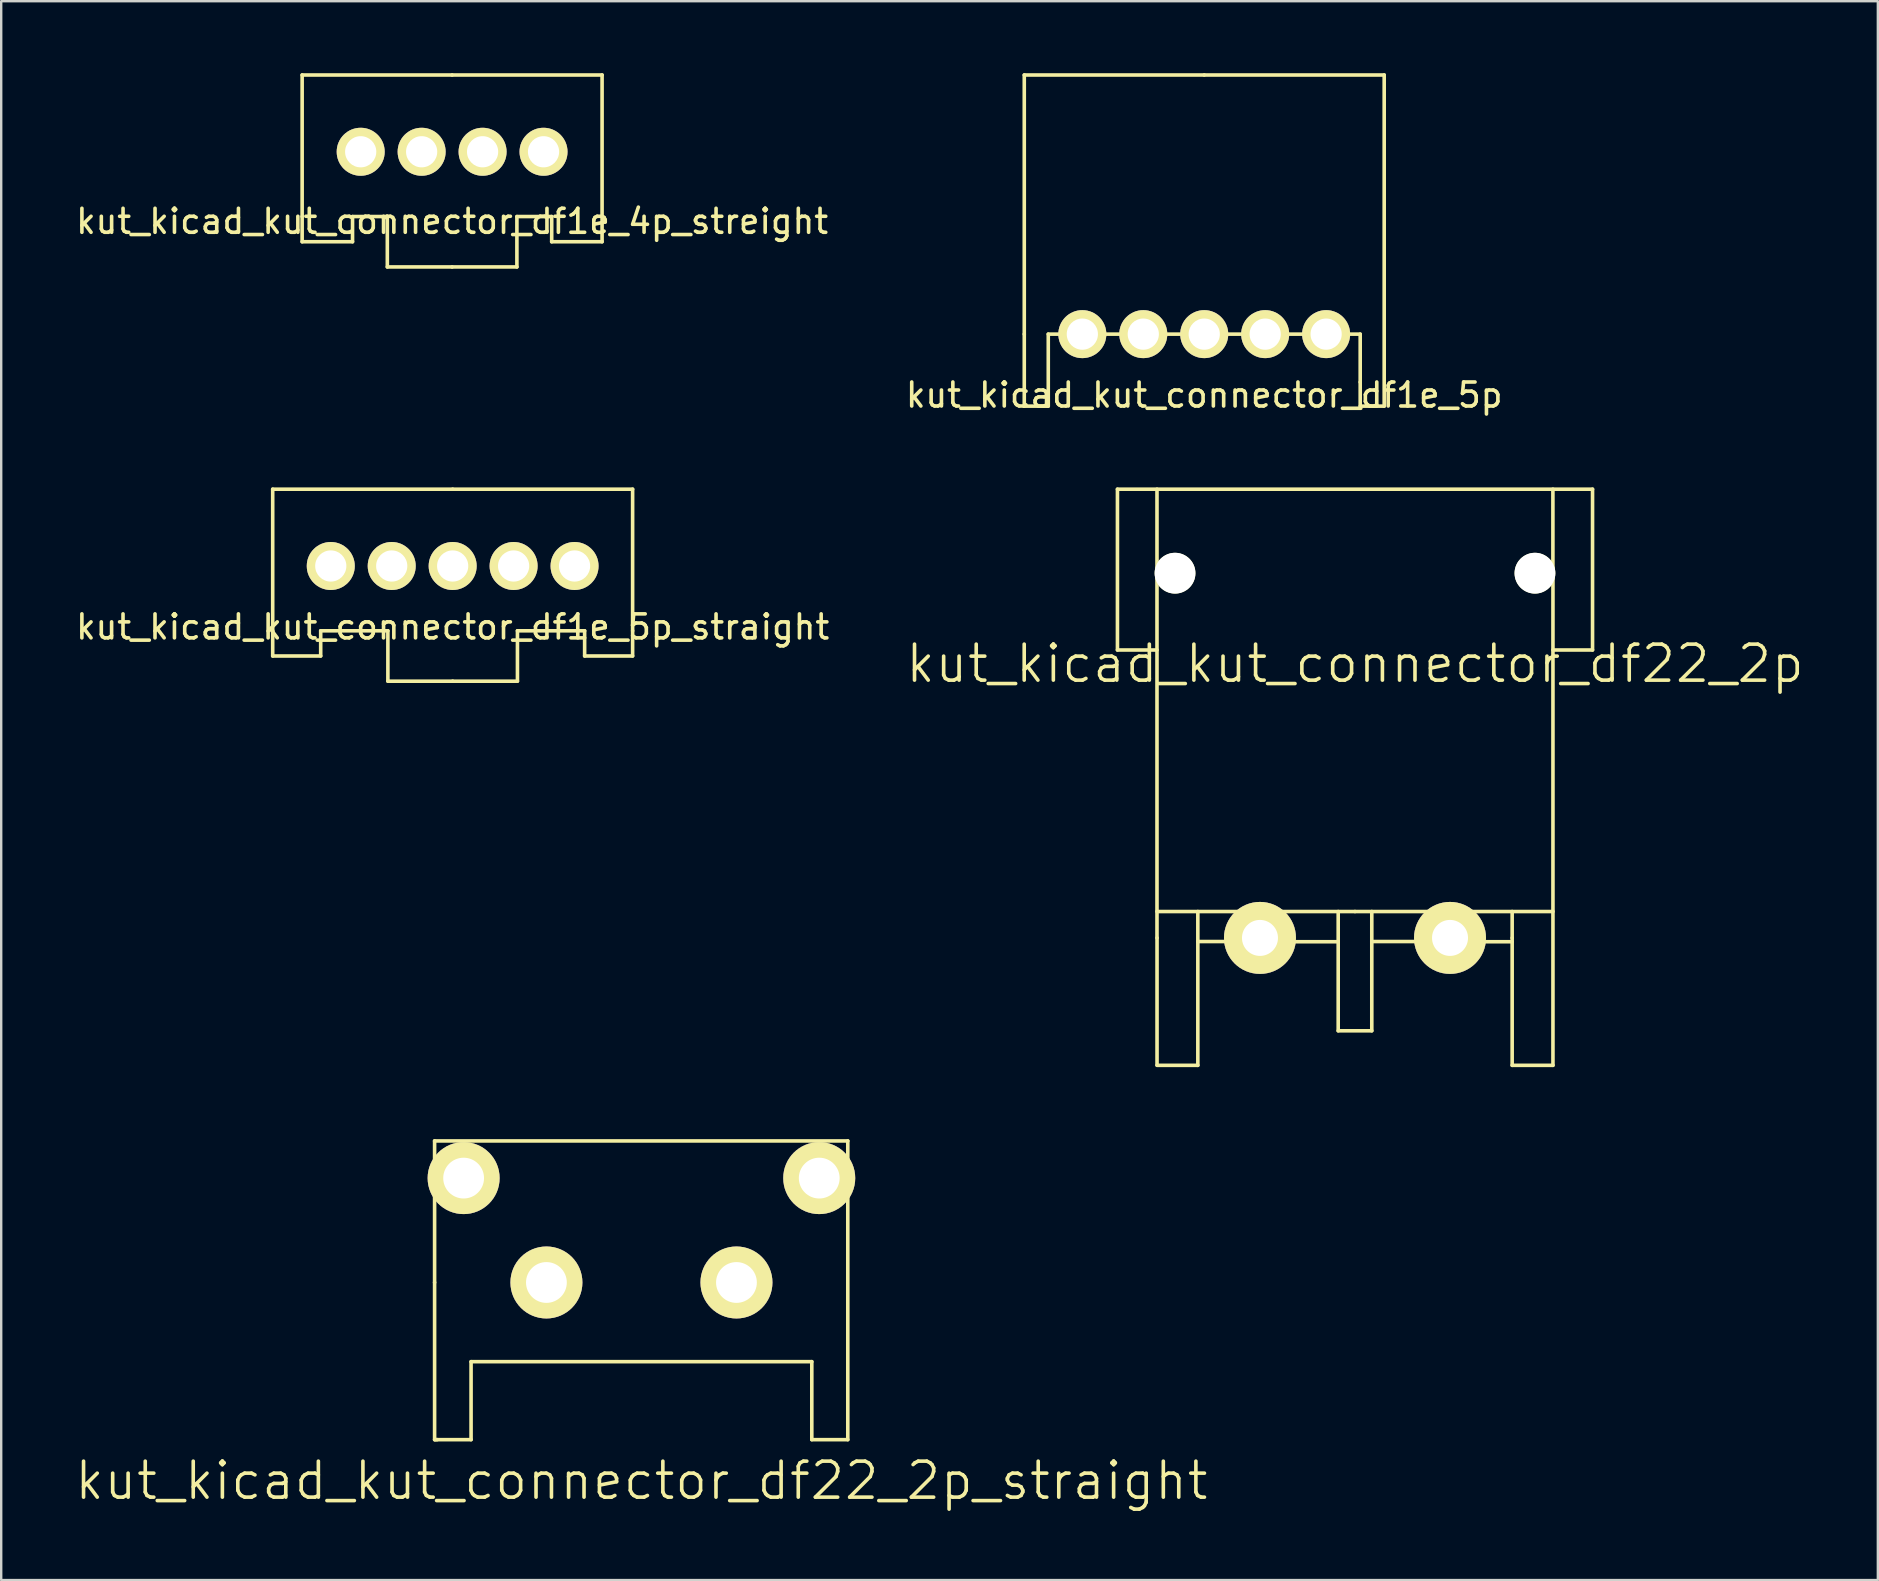
<source format=kicad_pcb>
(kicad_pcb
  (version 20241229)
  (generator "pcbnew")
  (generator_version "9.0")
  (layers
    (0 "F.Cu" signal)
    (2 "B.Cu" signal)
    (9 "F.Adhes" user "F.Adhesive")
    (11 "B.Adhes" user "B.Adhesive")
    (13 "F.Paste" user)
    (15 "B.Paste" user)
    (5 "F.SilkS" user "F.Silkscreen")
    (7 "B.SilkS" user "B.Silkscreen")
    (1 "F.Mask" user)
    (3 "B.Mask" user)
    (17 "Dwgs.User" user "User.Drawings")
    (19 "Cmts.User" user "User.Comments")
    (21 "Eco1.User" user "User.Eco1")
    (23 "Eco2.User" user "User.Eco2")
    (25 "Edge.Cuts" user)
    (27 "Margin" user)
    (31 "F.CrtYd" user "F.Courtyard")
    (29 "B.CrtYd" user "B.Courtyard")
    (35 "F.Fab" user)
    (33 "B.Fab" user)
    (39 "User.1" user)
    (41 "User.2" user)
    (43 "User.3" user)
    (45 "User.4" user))
  (footprint "kut_kicad_kut_connector_df1e_5p"
    (layer "F.Cu")
    (at 47.137 10.875)
    (property "Reference" "kut_kicad_kut_connector_df1e_5p" (at 0 2.54 0) (layer "F.SilkS") (effects (font (size 1 1) (thickness 0.15))))
    (attr through_hole)
    (fp_line (start -7.5 -10.8) (end -7.5 0) (stroke (width 0.15) (type solid)) (layer "F.SilkS"))
    (fp_line (start -7.5 0) (end -7.5 3) (stroke (width 0.15) (type solid)) (layer "F.SilkS"))
    (fp_line (start -7.5 3) (end -6.5 3) (stroke (width 0.15) (type solid)) (layer "F.SilkS"))
    (fp_line (start -6.5 0) (end 0 0) (stroke (width 0.15) (type solid)) (layer "F.SilkS"))
    (fp_line (start -6.5 3) (end -6.5 0) (stroke (width 0.15) (type solid)) (layer "F.SilkS"))
    (fp_line (start 0 -10.8) (end -7.5 -10.8) (stroke (width 0.15) (type solid)) (layer "F.SilkS"))
    (fp_line (start 0 -10.8) (end 7.5 -10.8) (stroke (width 0.15) (type solid)) (layer "F.SilkS"))
    (fp_line (start 6.5 0) (end 0 0) (stroke (width 0.15) (type solid)) (layer "F.SilkS"))
    (fp_line (start 6.5 2) (end 6.5 0) (stroke (width 0.15) (type solid)) (layer "F.SilkS"))
    (fp_line (start 6.5 3) (end 6.5 2) (stroke (width 0.15) (type solid)) (layer "F.SilkS"))
    (fp_line (start 7.5 -10.8) (end 7.5 3) (stroke (width 0.15) (type solid)) (layer "F.SilkS"))
    (fp_line (start 7.5 3) (end 6.5 3) (stroke (width 0.15) (type solid)) (layer "F.SilkS"))
    (pad "1" thru_hole circle (at -5.08 0) (size 2 2) (drill 1.3) (layers "*.Cu" "*.Mask" "F.SilkS"))
    (pad "2" thru_hole circle (at -2.54 0) (size 2 2) (drill 1.3) (layers "*.Cu" "*.Mask" "F.SilkS"))
    (pad "3" thru_hole circle (at 0 0) (size 2 2) (drill 1.3) (layers "*.Cu" "*.Mask" "F.SilkS"))
    (pad "4" thru_hole circle (at 2.54 0) (size 2 2) (drill 1.3) (layers "*.Cu" "*.Mask" "F.SilkS"))
    (pad "5" thru_hole circle (at 5.08 0) (size 2 2) (drill 1.3) (layers "*.Cu" "*.Mask" "F.SilkS")))
  (footprint "kut_kicad_kut_connector_df1e_5p_straight"
    (layer "F.Cu")
    (at 15.815 20.538)
    (property "Reference" "kut_kicad_kut_connector_df1e_5p_straight" (at 0 2.54 0) (layer "F.SilkS") (effects (font (size 1 1) (thickness 0.15))))
    (attr through_hole)
    (fp_line (start -7.5 -3.2) (end -7.5 2.7) (stroke (width 0.15) (type solid)) (layer "F.SilkS"))
    (fp_line (start -7.5 2.7) (end -7.5 3.75) (stroke (width 0.15) (type solid)) (layer "F.SilkS"))
    (fp_line (start -7.5 3.75) (end -5.5 3.75) (stroke (width 0.15) (type solid)) (layer "F.SilkS"))
    (fp_line (start -5.5 3.75) (end -5.5 2.7) (stroke (width 0.15) (type solid)) (layer "F.SilkS"))
    (fp_line (start -2.7 2.7) (end -5.5 2.7) (stroke (width 0.15) (type solid)) (layer "F.SilkS"))
    (fp_line (start -2.7 4.8) (end -2.7 2.7) (stroke (width 0.15) (type solid)) (layer "F.SilkS"))
    (fp_line (start 0 -3.2) (end -7.5 -3.2) (stroke (width 0.15) (type solid)) (layer "F.SilkS"))
    (fp_line (start 0 4.8) (end -2.7 4.8) (stroke (width 0.15) (type solid)) (layer "F.SilkS"))
    (fp_line (start 0 4.8) (end 2.7 4.8) (stroke (width 0.15) (type solid)) (layer "F.SilkS"))
    (fp_line (start 2.7 4.8) (end 2.7 2.7) (stroke (width 0.15) (type solid)) (layer "F.SilkS"))
    (fp_line (start 5.5 2.7) (end 2.7 2.7) (stroke (width 0.15) (type solid)) (layer "F.SilkS"))
    (fp_line (start 5.5 3.75) (end 5.5 2.7) (stroke (width 0.15) (type solid)) (layer "F.SilkS"))
    (fp_line (start 7.5 -3.2) (end 0 -3.2) (stroke (width 0.15) (type solid)) (layer "F.SilkS"))
    (fp_line (start 7.5 2.7) (end 7.5 -3.2) (stroke (width 0.15) (type solid)) (layer "F.SilkS"))
    (fp_line (start 7.5 2.7) (end 7.5 3.75) (stroke (width 0.15) (type solid)) (layer "F.SilkS"))
    (fp_line (start 7.5 3.75) (end 5.5 3.75) (stroke (width 0.15) (type solid)) (layer "F.SilkS"))
    (pad "1" thru_hole circle (at -5.08 0) (size 2 2) (drill 1.3) (layers "*.Cu" "*.Mask" "F.SilkS"))
    (pad "2" thru_hole circle (at -2.54 0) (size 2 2) (drill 1.3) (layers "*.Cu" "*.Mask" "F.SilkS"))
    (pad "3" thru_hole circle (at 0 0) (size 2 2) (drill 1.3) (layers "*.Cu" "*.Mask" "F.SilkS"))
    (pad "4" thru_hole circle (at 2.54 0) (size 2 2) (drill 1.3) (layers "*.Cu" "*.Mask" "F.SilkS"))
    (pad "5" thru_hole circle (at 5.08 0) (size 2 2) (drill 1.3) (layers "*.Cu" "*.Mask" "F.SilkS")))
  (footprint "kut_kicad_kut_connector_df1e_4p_streight"
    (layer "F.Cu")
    (at 15.792 3.275)
    (property "Reference" "kut_kicad_kut_connector_df1e_4p_streight" (at 0 2.9 0) (layer "F.SilkS") (effects (font (size 1 1) (thickness 0.15))))
    (attr through_hole)
    (fp_line (start -6.25 2.7) (end -6.25 -3.2) (stroke (width 0.15) (type solid)) (layer "F.SilkS"))
    (fp_line (start -6.25 2.7) (end -6.25 3.75) (stroke (width 0.15) (type solid)) (layer "F.SilkS"))
    (fp_line (start -6.25 3.75) (end -4.15 3.75) (stroke (width 0.15) (type solid)) (layer "F.SilkS"))
    (fp_line (start -4.15 3.75) (end -4.15 2.7) (stroke (width 0.15) (type solid)) (layer "F.SilkS"))
    (fp_line (start -2.7 2.7) (end -4.15 2.7) (stroke (width 0.15) (type solid)) (layer "F.SilkS"))
    (fp_line (start -2.7 4.8) (end -2.7 2.7) (stroke (width 0.15) (type solid)) (layer "F.SilkS"))
    (fp_line (start 0 -3.2) (end -6.25 -3.2) (stroke (width 0.15) (type solid)) (layer "F.SilkS"))
    (fp_line (start 0 -3.2) (end 6.25 -3.2) (stroke (width 0.15) (type solid)) (layer "F.SilkS"))
    (fp_line (start 0 4.8) (end -2.7 4.8) (stroke (width 0.15) (type solid)) (layer "F.SilkS"))
    (fp_line (start 0 4.8) (end 2.7 4.8) (stroke (width 0.15) (type solid)) (layer "F.SilkS"))
    (fp_line (start 2.7 4.8) (end 2.7 2.7) (stroke (width 0.15) (type solid)) (layer "F.SilkS"))
    (fp_line (start 4.15 2.7) (end 2.7 2.7) (stroke (width 0.15) (type solid)) (layer "F.SilkS"))
    (fp_line (start 4.15 3.75) (end 4.15 2.7) (stroke (width 0.15) (type solid)) (layer "F.SilkS"))
    (fp_line (start 6.25 -3.2) (end 6.25 2.7) (stroke (width 0.15) (type solid)) (layer "F.SilkS"))
    (fp_line (start 6.25 2.7) (end 6.25 3.75) (stroke (width 0.15) (type solid)) (layer "F.SilkS"))
    (fp_line (start 6.25 3.75) (end 4.15 3.75) (stroke (width 0.15) (type solid)) (layer "F.SilkS"))
    (pad "1" thru_hole circle (at -3.81 0) (size 2 2) (drill 1.3) (layers "*.Cu" "*.Mask" "F.SilkS"))
    (pad "2" thru_hole circle (at -1.27 0) (size 2 2) (drill 1.3) (layers "*.Cu" "*.Mask" "F.SilkS"))
    (pad "3" thru_hole circle (at 1.27 0) (size 2 2) (drill 1.3) (layers "*.Cu" "*.Mask" "F.SilkS"))
    (pad "4" thru_hole circle (at 3.81 0) (size 2 2) (drill 1.3) (layers "*.Cu" "*.Mask" "F.SilkS")))
  (footprint "kut_kicad_kut_connector_df22_2p"
    (layer "F.Cu")
    (at 53.42 36.038)
    (property "Reference" "kut_kicad_kut_connector_df22_2p" (at 0 -11.43 0) (layer "F.SilkS") (effects (font (size 1.5 1.5) (thickness 0.15))))
    (attr through_hole)
    (fp_line (start -9.9 -18.7) (end 9.9 -18.7) (stroke (width 0.15) (type solid)) (layer "F.SilkS"))
    (fp_line (start -9.9 -12) (end -9.9 -18.7) (stroke (width 0.15) (type solid)) (layer "F.SilkS"))
    (fp_line (start -8.252 0) (end -8.252 -18.7) (stroke (width 0.15) (type solid)) (layer "F.SilkS"))
    (fp_line (start -8.25 -12) (end -9.9 -12) (stroke (width 0.15) (type solid)) (layer "F.SilkS"))
    (fp_line (start -8.25 0) (end -8.25 5.3) (stroke (width 0.15) (type solid)) (layer "F.SilkS"))
    (fp_line (start -6.55 -1.1) (end -6.55 5.31) (stroke (width 0.15) (type solid)) (layer "F.SilkS"))
    (fp_line (start -6.55 5.31) (end -8.25 5.31) (stroke (width 0.15) (type solid)) (layer "F.SilkS"))
    (fp_line (start -4.712 0) (end -4.712 -1.1) (stroke (width 0.15) (type solid)) (layer "F.SilkS"))
    (fp_line (start -4.712 0) (end -4.712 0.15) (stroke (width 0.15) (type solid)) (layer "F.SilkS"))
    (fp_line (start -4.71 0.15) (end -6.55 0.15) (stroke (width 0.15) (type solid)) (layer "F.SilkS"))
    (fp_line (start -3.212 0) (end -4.712 0) (stroke (width 0.15) (type solid)) (layer "F.SilkS"))
    (fp_line (start -3.212 0) (end -3.212 -1.1) (stroke (width 0.15) (type solid)) (layer "F.SilkS"))
    (fp_line (start -3.212 0) (end -3.212 0.15) (stroke (width 0.15) (type solid)) (layer "F.SilkS"))
    (fp_line (start -0.7 0.16) (end -3.21 0.16) (stroke (width 0.15) (type solid)) (layer "F.SilkS"))
    (fp_line (start -0.7 0.16) (end -0.7 -1.1) (stroke (width 0.15) (type solid)) (layer "F.SilkS"))
    (fp_line (start -0.7 0.16) (end -0.7 3.87) (stroke (width 0.15) (type solid)) (layer "F.SilkS"))
    (fp_line (start -0.7 3.87) (end 0.7 3.87) (stroke (width 0.15) (type solid)) (layer "F.SilkS"))
    (fp_line (start -0.002 -1.1) (end -8.252 -1.1) (stroke (width 0.15) (type solid)) (layer "F.SilkS"))
    (fp_line (start 0 -1.1) (end 8.25 -1.1) (stroke (width 0.15) (type solid)) (layer "F.SilkS"))
    (fp_line (start 0.7 0.15) (end 0.7 -1.1) (stroke (width 0.15) (type solid)) (layer "F.SilkS"))
    (fp_line (start 0.7 0.15) (end 3.21 0.15) (stroke (width 0.15) (type solid)) (layer "F.SilkS"))
    (fp_line (start 0.7 3.87) (end 0.7 0.15) (stroke (width 0.15) (type solid)) (layer "F.SilkS"))
    (fp_line (start 3.208 0) (end 3.208 -1.1) (stroke (width 0.15) (type solid)) (layer "F.SilkS"))
    (fp_line (start 3.208 0.15) (end 3.208 0) (stroke (width 0.15) (type solid)) (layer "F.SilkS"))
    (fp_line (start 4.708 0) (end 3.208 0) (stroke (width 0.15) (type solid)) (layer "F.SilkS"))
    (fp_line (start 4.708 0) (end 4.708 -1.1) (stroke (width 0.15) (type solid)) (layer "F.SilkS"))
    (fp_line (start 4.708 0) (end 4.708 0.15) (stroke (width 0.15) (type solid)) (layer "F.SilkS"))
    (fp_line (start 4.71 0.16) (end 6.55 0.16) (stroke (width 0.15) (type solid)) (layer "F.SilkS"))
    (fp_line (start 6.55 0) (end 6.55 -1.1) (stroke (width 0.15) (type solid)) (layer "F.SilkS"))
    (fp_line (start 6.55 0) (end 6.55 5.31) (stroke (width 0.15) (type solid)) (layer "F.SilkS"))
    (fp_line (start 8.248 -15.2) (end 8.248 -18.7) (stroke (width 0.15) (type solid)) (layer "F.SilkS"))
    (fp_line (start 8.25 -15.2) (end 8.25 5.31) (stroke (width 0.15) (type solid)) (layer "F.SilkS"))
    (fp_line (start 8.25 -12) (end 9.9 -12) (stroke (width 0.15) (type solid)) (layer "F.SilkS"))
    (fp_line (start 8.25 5.31) (end 6.55 5.31) (stroke (width 0.15) (type solid)) (layer "F.SilkS"))
    (fp_line (start 9.9 -12) (end 9.9 -18.7) (stroke (width 0.15) (type solid)) (layer "F.SilkS"))
    (pad "" np_thru_hole circle (at -7.5 -15.2) (size 1.7 1.7) (drill 1.7) (layers "*.Cu" "*.Mask" "F.SilkS"))
    (pad "" np_thru_hole circle (at 7.5 -15.2) (size 1.7 1.7) (drill 1.7) (layers "*.Cu" "*.Mask" "F.SilkS"))
    (pad "1" thru_hole circle (at 3.96 0) (size 3 3) (drill 1.5) (layers "*.Cu" "*.Mask" "F.SilkS"))
    (pad "2" thru_hole circle (at -3.96 0) (size 3 3) (drill 1.5) (layers "*.Cu" "*.Mask" "F.SilkS")))
  (footprint "kut_kicad_kut_connector_df22_2p_straight"
    (layer "F.Cu")
    (at 23.682 50.398)
    (property "Reference" "kut_kicad_kut_connector_df22_2p_straight" (at 0 8.26 0) (layer "F.SilkS") (effects (font (size 1.5 1.5) (thickness 0.15))))
    (attr through_hole)
    (fp_line (start -8.62 -5.9) (end 8.6 -5.9) (stroke (width 0.15) (type solid)) (layer "F.SilkS"))
    (fp_line (start -8.62 0) (end -8.62 -5.9) (stroke (width 0.15) (type solid)) (layer "F.SilkS"))
    (fp_line (start -8.62 0) (end -8.62 6.55) (stroke (width 0.15) (type solid)) (layer "F.SilkS"))
    (fp_line (start -8.62 6.55) (end -8.51 6.55) (stroke (width 0.15) (type solid)) (layer "F.SilkS"))
    (fp_line (start -7.1 3.3) (end -7.1 6.55) (stroke (width 0.15) (type solid)) (layer "F.SilkS"))
    (fp_line (start -7.1 6.55) (end -8.6 6.55) (stroke (width 0.15) (type solid)) (layer "F.SilkS"))
    (fp_line (start 7.1 3.3) (end -7.1 3.3) (stroke (width 0.15) (type solid)) (layer "F.SilkS"))
    (fp_line (start 7.1 6.55) (end 7.1 3.3) (stroke (width 0.15) (type solid)) (layer "F.SilkS"))
    (fp_line (start 8.6 -5.9) (end 8.6 6.55) (stroke (width 0.15) (type solid)) (layer "F.SilkS"))
    (fp_line (start 8.6 6.55) (end 7.1 6.55) (stroke (width 0.15) (type solid)) (layer "F.SilkS"))
    (pad "" np_thru_hole circle (at -7.41 -4.35) (size 3 3) (drill 1.7) (layers "*.Cu" "*.Mask" "F.SilkS"))
    (pad "" np_thru_hole circle (at 7.41 -4.35) (size 3 3) (drill 1.7) (layers "*.Cu" "*.Mask" "F.SilkS"))
    (pad "1" thru_hole circle (at 3.96 0) (size 3 3) (drill 1.7) (layers "*.Cu" "*.Mask" "F.SilkS"))
    (pad "2" thru_hole circle (at -3.96 0) (size 3 3) (drill 1.7) (layers "*.Cu" "*.Mask" "F.SilkS")))
  (gr_rect
    (start -3 -3)
    (end 75.21 62.799)
    (stroke (width 0.1) (type default))
    (fill no)
    (layer "Edge.Cuts")))
</source>
